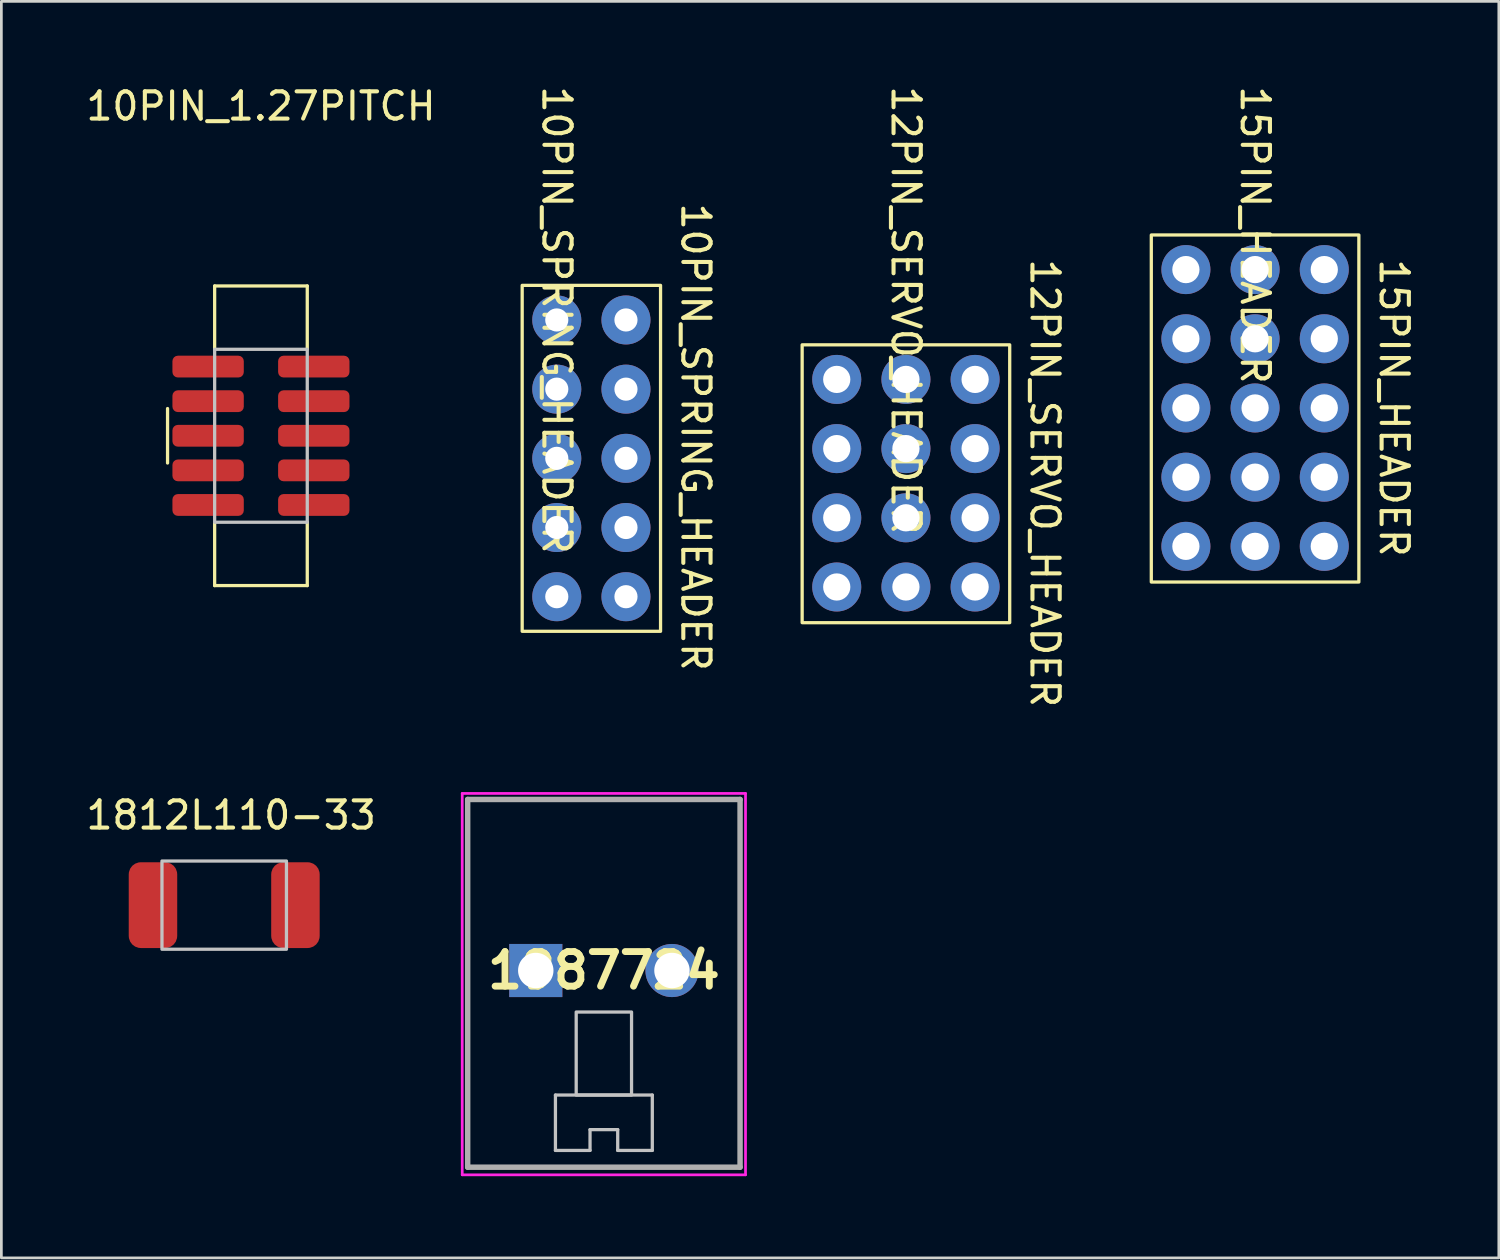
<source format=kicad_pcb>
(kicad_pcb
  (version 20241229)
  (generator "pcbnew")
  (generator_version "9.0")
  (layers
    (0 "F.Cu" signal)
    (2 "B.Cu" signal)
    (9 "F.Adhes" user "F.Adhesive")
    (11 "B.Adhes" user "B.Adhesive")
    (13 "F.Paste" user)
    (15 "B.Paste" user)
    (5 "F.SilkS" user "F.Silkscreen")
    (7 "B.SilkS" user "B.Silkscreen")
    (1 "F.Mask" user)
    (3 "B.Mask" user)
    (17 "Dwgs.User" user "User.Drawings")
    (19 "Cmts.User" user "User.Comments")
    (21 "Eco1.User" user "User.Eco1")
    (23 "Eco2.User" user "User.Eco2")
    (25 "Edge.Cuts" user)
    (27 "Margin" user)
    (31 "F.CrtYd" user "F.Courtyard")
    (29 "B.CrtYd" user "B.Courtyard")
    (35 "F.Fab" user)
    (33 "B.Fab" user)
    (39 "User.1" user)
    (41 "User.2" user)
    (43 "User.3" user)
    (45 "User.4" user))
  (footprint "12PIN_SERVO_HEADER"
    (layer "F.Cu")
    (at 30.208 14.689)
    (property "Reference" "12PIN_SERVO_HEADER" (at 0 -6.35 270) (unlocked yes) (layer "F.SilkS") (effects (font (size 1 1) (thickness 0.15))))
    (attr through_hole)
    (fp_rect (start 3.81 -5.08) (end -3.81 5.12) (stroke (width 0.12) (type solid)) (fill no) (layer "F.SilkS"))
    (fp_text user "${REFERENCE}" (at 5.1 0 270) (unlocked yes) (layer "F.SilkS") (effects (font (size 1 1) (thickness 0.15))))
    (pad "1" thru_hole circle (at -2.54 -3.81 270) (size 1.8 1.8) (drill 1) (layers "*.Cu" "*.Mask"))
    (pad "2" thru_hole circle (at -2.54 -1.27 270) (size 1.8 1.8) (drill 1) (layers "*.Cu" "*.Mask"))
    (pad "3" thru_hole circle (at -2.54 1.27 270) (size 1.8 1.8) (drill 1) (layers "*.Cu" "*.Mask"))
    (pad "4" thru_hole circle (at -2.54 3.81 270) (size 1.8 1.8) (drill 1) (layers "*.Cu" "*.Mask"))
    (pad "5" thru_hole circle (at 0 -3.81 270) (size 1.8 1.8) (drill 1) (layers "*.Cu" "*.Mask"))
    (pad "5" thru_hole circle (at 0 -1.27 270) (size 1.8 1.8) (drill 1) (layers "*.Cu" "*.Mask"))
    (pad "5" thru_hole circle (at 0 1.27 270) (size 1.8 1.8) (drill 1) (layers "*.Cu" "*.Mask"))
    (pad "5" thru_hole circle (at 0 3.81 270) (size 1.8 1.8) (drill 1) (layers "*.Cu" "*.Mask"))
    (pad "6" thru_hole circle (at 2.54 -3.81 270) (size 1.8 1.8) (drill 1) (layers "*.Cu" "*.Mask"))
    (pad "6" thru_hole circle (at 2.54 -1.27 270) (size 1.8 1.8) (drill 1) (layers "*.Cu" "*.Mask"))
    (pad "6" thru_hole circle (at 2.54 1.27 270) (size 1.8 1.8) (drill 1) (layers "*.Cu" "*.Mask"))
    (pad "6" thru_hole circle (at 2.54 3.81 270) (size 1.8 1.8) (drill 1) (layers "*.Cu" "*.Mask")))
  (footprint "10PIN_1.27PITCH"
    (layer "F.Cu")
    (at 6.53 12.948)
    (property "Reference" "10PIN_1.27PITCH" (at 0 -12.1 0) (unlocked yes) (layer "F.SilkS") (effects (font (size 1 1) (thickness 0.15))))
    (attr smd)
    (fp_line (start -3.429 -1) (end -3.429 1) (stroke (width 0.12) (type default)) (layer "F.SilkS"))
    (fp_line (start -1.7 -5.5) (end -1.7 -3.175) (stroke (width 0.12) (type default)) (layer "F.SilkS"))
    (fp_line (start -1.7 -5.5) (end 1.7 -5.5) (stroke (width 0.12) (type default)) (layer "F.SilkS"))
    (fp_line (start -1.7 3.175) (end -1.7 5.5) (stroke (width 0.12) (type default)) (layer "F.SilkS"))
    (fp_line (start -1.7 5.5) (end 1.7 5.5) (stroke (width 0.12) (type default)) (layer "F.SilkS"))
    (fp_line (start 1.7 -5.5) (end 1.7 -3.175) (stroke (width 0.12) (type default)) (layer "F.SilkS"))
    (fp_line (start 1.7 3.175) (end 1.7 5.5) (stroke (width 0.12) (type default)) (layer "F.SilkS"))
    (fp_rect (start -1.7 -3.175) (end 1.7 3.175) (stroke (width 0.12) (type default)) (fill no) (layer "Dwgs.User"))
    (pad "1" smd roundrect (at -1.94 -2.54) (size 2.62 0.8) (layers "F.Cu" "F.Mask" "F.Paste") (roundrect_rratio 0.25))
    (pad "2" smd roundrect (at 1.94 -2.54) (size 2.62 0.8) (layers "F.Cu" "F.Mask" "F.Paste") (roundrect_rratio 0.25))
    (pad "3" smd roundrect (at -1.94 -1.27) (size 2.62 0.8) (layers "F.Cu" "F.Mask" "F.Paste") (roundrect_rratio 0.25))
    (pad "4" smd roundrect (at 1.94 -1.27) (size 2.62 0.8) (layers "F.Cu" "F.Mask" "F.Paste") (roundrect_rratio 0.25))
    (pad "5" smd roundrect (at -1.94 0) (size 2.62 0.8) (layers "F.Cu" "F.Mask" "F.Paste") (roundrect_rratio 0.25))
    (pad "6" smd roundrect (at 1.94 0) (size 2.62 0.8) (layers "F.Cu" "F.Mask" "F.Paste") (roundrect_rratio 0.25))
    (pad "7" smd roundrect (at -1.94 1.27) (size 2.62 0.8) (layers "F.Cu" "F.Mask" "F.Paste") (roundrect_rratio 0.25))
    (pad "8" smd roundrect (at 1.94 1.27) (size 2.62 0.8) (layers "F.Cu" "F.Mask" "F.Paste") (roundrect_rratio 0.25))
    (pad "9" smd roundrect (at -1.94 2.54) (size 2.62 0.8) (layers "F.Cu" "F.Mask" "F.Paste") (roundrect_rratio 0.25))
    (pad "10" smd roundrect (at 1.94 2.54) (size 2.62 0.8) (layers "F.Cu" "F.Mask" "F.Paste") (roundrect_rratio 0.25)))
  (footprint "15PIN_HEADER"
    (layer "F.Cu")
    (at 43.026 11.927)
    (property "Reference" "15PIN_HEADER" (at 0 -6.35 270) (unlocked yes) (layer "F.SilkS") (effects (font (size 1 1) (thickness 0.15))))
    (attr through_hole)
    (fp_rect (start 3.81 -6.35) (end -3.81 6.39) (stroke (width 0.12) (type solid)) (fill no) (layer "F.SilkS"))
    (fp_text user "${REFERENCE}" (at 5.1 0 270) (unlocked yes) (layer "F.SilkS") (effects (font (size 1 1) (thickness 0.15))))
    (pad "1" thru_hole circle (at -2.54 -5.08 270) (size 1.8 1.8) (drill 1) (layers "*.Cu" "*.Mask"))
    (pad "2" thru_hole circle (at -2.54 -2.54 270) (size 1.8 1.8) (drill 1) (layers "*.Cu" "*.Mask"))
    (pad "3" thru_hole circle (at -2.54 0 270) (size 1.8 1.8) (drill 1) (layers "*.Cu" "*.Mask"))
    (pad "4" thru_hole circle (at -2.54 2.54 270) (size 1.8 1.8) (drill 1) (layers "*.Cu" "*.Mask"))
    (pad "5" thru_hole circle (at -2.54 5.08 270) (size 1.8 1.8) (drill 1) (layers "*.Cu" "*.Mask"))
    (pad "6" thru_hole circle (at 0 -5.08 270) (size 1.8 1.8) (drill 1) (layers "*.Cu" "*.Mask"))
    (pad "7" thru_hole circle (at 0 -2.54 270) (size 1.8 1.8) (drill 1) (layers "*.Cu" "*.Mask"))
    (pad "8" thru_hole circle (at 0 0 270) (size 1.8 1.8) (drill 1) (layers "*.Cu" "*.Mask"))
    (pad "9" thru_hole circle (at 0 2.54 270) (size 1.8 1.8) (drill 1) (layers "*.Cu" "*.Mask"))
    (pad "10" thru_hole circle (at 0 5.08 270) (size 1.8 1.8) (drill 1) (layers "*.Cu" "*.Mask"))
    (pad "11" thru_hole circle (at 2.54 -5.08 270) (size 1.8 1.8) (drill 1) (layers "*.Cu" "*.Mask"))
    (pad "12" thru_hole circle (at 2.54 -2.54 270) (size 1.8 1.8) (drill 1) (layers "*.Cu" "*.Mask"))
    (pad "13" thru_hole circle (at 2.54 0 270) (size 1.8 1.8) (drill 1) (layers "*.Cu" "*.Mask"))
    (pad "14" thru_hole circle (at 2.54 2.54 270) (size 1.8 1.8) (drill 1) (layers "*.Cu" "*.Mask"))
    (pad "15" thru_hole circle (at 2.54 5.08 270) (size 1.8 1.8) (drill 1) (layers "*.Cu" "*.Mask")))
  (footprint "10PIN_SPRING_HEADER"
    (layer "F.Cu")
    (at 18.66 13.776)
    (property "Reference" "10PIN_SPRING_HEADER" (at -1.27 -5.08 270) (unlocked yes) (layer "F.SilkS") (effects (font (size 1 1) (thickness 0.15))))
    (attr through_hole)
    (fp_rect (start 2.54 -6.35) (end -2.54 6.35) (stroke (width 0.12) (type solid)) (fill no) (layer "F.SilkS"))
    (fp_text user "${REFERENCE}" (at 3.83 -0.78 270) (unlocked yes) (layer "F.SilkS") (effects (font (size 1 1) (thickness 0.15))))
    (pad "1" thru_hole circle (at -1.27 -5.08 270) (size 1.8 1.8) (drill 0.85) (layers "*.Cu" "*.Mask"))
    (pad "2" thru_hole circle (at 1.27 -5.08 270) (size 1.8 1.8) (drill 0.85) (layers "*.Cu" "*.Mask"))
    (pad "3" thru_hole circle (at -1.27 -2.54 270) (size 1.8 1.8) (drill 0.85) (layers "*.Cu" "*.Mask"))
    (pad "4" thru_hole circle (at 1.27 -2.54 270) (size 1.8 1.8) (drill 0.85) (layers "*.Cu" "*.Mask"))
    (pad "5" thru_hole circle (at -1.27 0 270) (size 1.8 1.8) (drill 0.85) (layers "*.Cu" "*.Mask"))
    (pad "6" thru_hole circle (at 1.27 0 270) (size 1.8 1.8) (drill 0.85) (layers "*.Cu" "*.Mask"))
    (pad "7" thru_hole circle (at -1.27 2.54 270) (size 1.8 1.8) (drill 0.85) (layers "*.Cu" "*.Mask"))
    (pad "8" thru_hole circle (at 1.27 2.54 270) (size 1.8 1.8) (drill 0.85) (layers "*.Cu" "*.Mask"))
    (pad "9" thru_hole circle (at -1.27 5.08 270) (size 1.8 1.8) (drill 0.85) (layers "*.Cu" "*.Mask"))
    (pad "10" thru_hole circle (at 1.27 5.08 270) (size 1.8 1.8) (drill 0.85) (layers "*.Cu" "*.Mask")))
  (footprint "1987724"
    (layer "F.Cu")
    (at 19.119 32.579)
    (property "Reference" "1987724" (at 0 0 0) (layer "F.SilkS") (effects (font (size 1.27 1.27) (thickness 0.254))))
    (attr through_hole)
    (fp_line (start -1.778 6.604) (end -1.778 4.572) (stroke (width 0.12) (type default)) (layer "Dwgs.User"))
    (fp_line (start -1.778 6.604) (end -0.508 6.604) (stroke (width 0.12) (type default)) (layer "Dwgs.User"))
    (fp_line (start -0.508 5.842) (end 0.508 5.842) (stroke (width 0.12) (type default)) (layer "Dwgs.User"))
    (fp_line (start -0.508 6.604) (end -0.508 5.842) (stroke (width 0.12) (type default)) (layer "Dwgs.User"))
    (fp_line (start 0.508 5.842) (end 0.508 6.604) (stroke (width 0.12) (type default)) (layer "Dwgs.User"))
    (fp_line (start 0.508 6.604) (end 1.778 6.604) (stroke (width 0.12) (type default)) (layer "Dwgs.User"))
    (fp_line (start 1.778 4.572) (end -1.778 4.572) (stroke (width 0.12) (type default)) (layer "Dwgs.User"))
    (fp_line (start 1.778 6.604) (end 1.778 4.572) (stroke (width 0.12) (type default)) (layer "Dwgs.User"))
    (fp_rect (start -1.016 1.524) (end 1.016 4.572) (stroke (width 0.12) (type default)) (fill no) (layer "Dwgs.User"))
    (fp_line (start -5.2 -6.5) (end 5.2 -6.5) (stroke (width 0.1) (type solid)) (layer "F.CrtYd"))
    (fp_line (start -5.2 7.5) (end -5.2 -6.5) (stroke (width 0.1) (type solid)) (layer "F.CrtYd"))
    (fp_line (start 5.2 -6.5) (end 5.2 7.5) (stroke (width 0.1) (type solid)) (layer "F.CrtYd"))
    (fp_line (start 5.2 7.5) (end -5.2 7.5) (stroke (width 0.1) (type solid)) (layer "F.CrtYd"))
    (fp_line (start -5 -6.28) (end -5 7.22) (stroke (width 0.2) (type solid)) (layer "F.Fab"))
    (fp_line (start -5 7.22) (end 5 7.22) (stroke (width 0.2) (type solid)) (layer "F.Fab"))
    (fp_line (start 5 -6.28) (end -5 -6.28) (stroke (width 0.2) (type solid)) (layer "F.Fab"))
    (fp_line (start 5 7.22) (end 5 -6.28) (stroke (width 0.2) (type solid)) (layer "F.Fab"))
    (pad "1" thru_hole rect (at -2.5 0) (size 1.95 1.95) (drill 1.3) (layers "*.Cu" "*.Mask"))
    (pad "2" thru_hole circle (at 2.5 0) (size 1.95 1.95) (drill 1.3) (layers "*.Cu" "*.Mask")))
  (footprint "1812L110-33"
    (layer "F.Cu")
    (at 5.181 30.179)
    (property "Reference" "1812L110-33" (at 0.254 -3.302 0) (unlocked yes) (layer "F.SilkS") (effects (font (size 1 1) (thickness 0.15))))
    (attr smd)
    (fp_rect (start -2.285 -1.62) (end 2.285 1.62) (stroke (width 0.12) (type default)) (fill no) (layer "Dwgs.User"))
    (pad "1" smd roundrect (at -2.615 0) (size 1.78 3.15) (layers "F.Cu" "F.Mask" "F.Paste") (roundrect_rratio 0.25))
    (pad "2" smd roundrect (at 2.615 0) (size 1.78 3.15) (layers "F.Cu" "F.Mask" "F.Paste") (roundrect_rratio 0.25)))
  (gr_rect
    (start -3 -3)
    (end 51.974 43.129)
    (stroke (width 0.1) (type default))
    (fill no)
    (layer "Edge.Cuts")))
</source>
